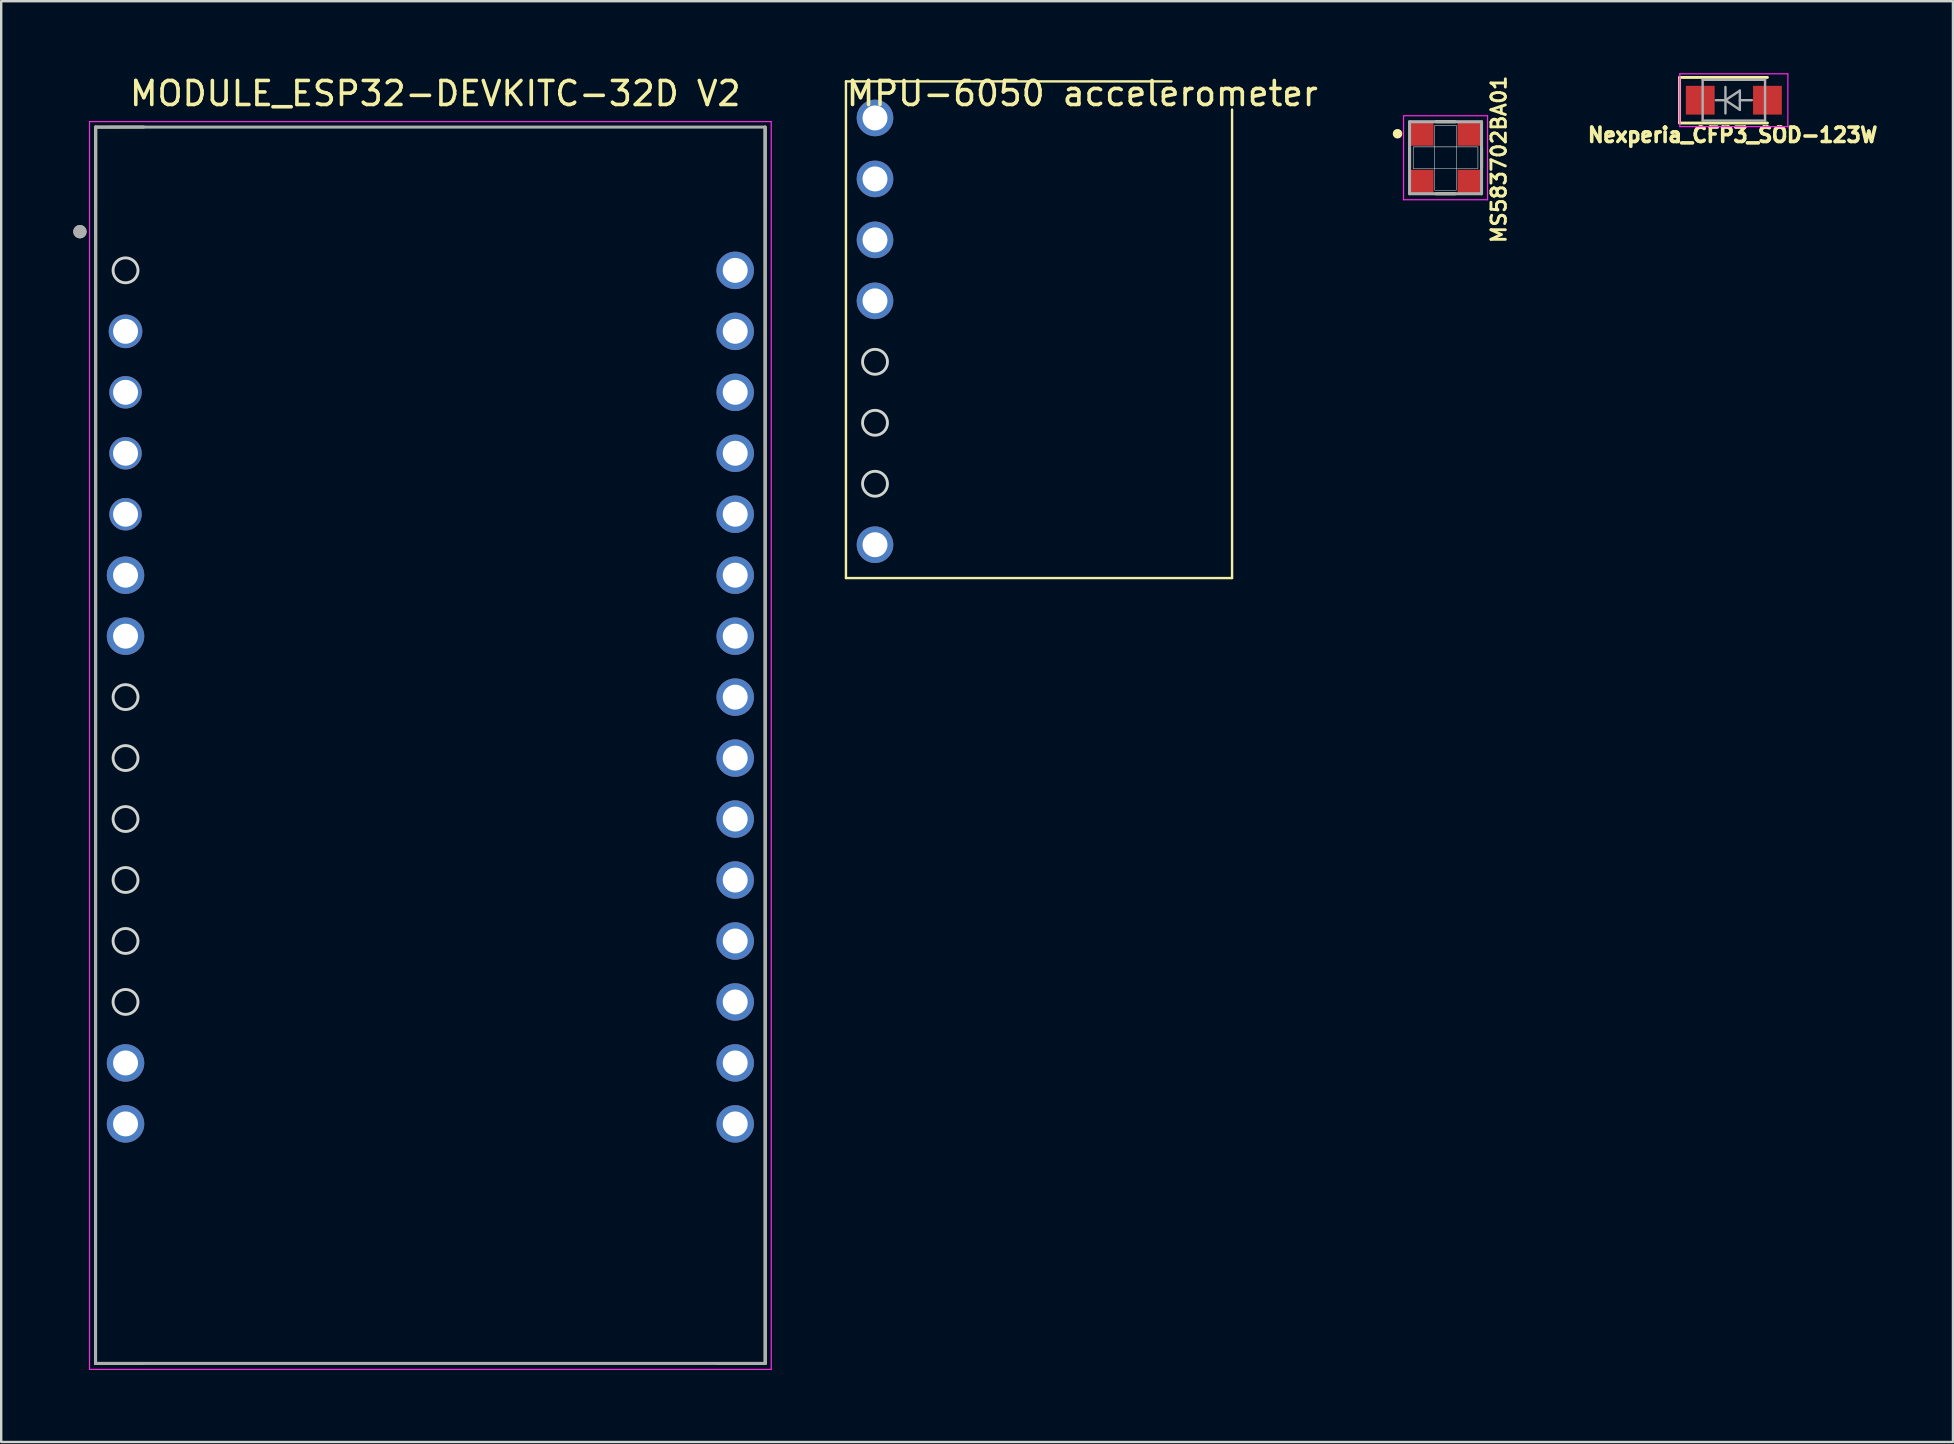
<source format=kicad_pcb>
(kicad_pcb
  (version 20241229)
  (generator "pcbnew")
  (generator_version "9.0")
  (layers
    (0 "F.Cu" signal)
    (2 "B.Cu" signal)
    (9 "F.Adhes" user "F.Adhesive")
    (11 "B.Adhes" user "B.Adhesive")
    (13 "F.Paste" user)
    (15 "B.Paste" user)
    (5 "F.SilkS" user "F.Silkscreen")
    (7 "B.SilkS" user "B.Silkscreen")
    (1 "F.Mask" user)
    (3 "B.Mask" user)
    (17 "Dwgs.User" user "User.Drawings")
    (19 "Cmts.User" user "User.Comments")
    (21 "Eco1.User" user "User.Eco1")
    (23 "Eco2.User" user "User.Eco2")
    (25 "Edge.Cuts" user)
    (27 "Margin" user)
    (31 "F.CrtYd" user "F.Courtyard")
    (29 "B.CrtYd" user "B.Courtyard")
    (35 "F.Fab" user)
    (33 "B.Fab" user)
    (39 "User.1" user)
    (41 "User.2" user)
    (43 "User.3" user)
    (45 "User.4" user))
  (footprint "Nexperia_CFP3_SOD-123W"
    (layer "F.Cu")
    (at 69.185 1.125)
    (property "Reference" "Nexperia_CFP3_SOD-123W" (at -0.05 1.45 0) (layer "F.SilkS") (effects (font (size 0.6 0.6) (thickness 0.15))))
    (attr smd)
    (fp_line (start -2.26 -0.95) (end -2.26 0.95) (stroke (width 0.12) (type solid)) (layer "F.SilkS"))
    (fp_line (start -2.26 -0.95) (end 1.4 -0.95) (stroke (width 0.12) (type solid)) (layer "F.SilkS"))
    (fp_line (start -2.26 0.95) (end 1.4 0.95) (stroke (width 0.12) (type solid)) (layer "F.SilkS"))
    (fp_line (start -2.25 -1.1) (end -2.25 1.1) (stroke (width 0.05) (type solid)) (layer "F.CrtYd"))
    (fp_line (start -2.25 -1.1) (end 2.25 -1.1) (stroke (width 0.05) (type solid)) (layer "F.CrtYd"))
    (fp_line (start 2.25 -1.1) (end 2.25 1.1) (stroke (width 0.05) (type solid)) (layer "F.CrtYd"))
    (fp_line (start 2.25 1.1) (end -2.25 1.1) (stroke (width 0.05) (type solid)) (layer "F.CrtYd"))
    (fp_line (start -1.3 -0.85) (end 1.3 -0.85) (stroke (width 0.1) (type solid)) (layer "F.Fab"))
    (fp_line (start -1.3 0.85) (end -1.3 -0.85) (stroke (width 0.1) (type solid)) (layer "F.Fab"))
    (fp_line (start -0.75 0) (end -0.35 0) (stroke (width 0.1) (type solid)) (layer "F.Fab"))
    (fp_line (start -0.35 -0.55) (end -0.35 0.55) (stroke (width 0.1) (type solid)) (layer "F.Fab"))
    (fp_line (start -0.35 0) (end 0.25 -0.4) (stroke (width 0.1) (type solid)) (layer "F.Fab"))
    (fp_line (start -0.35 0) (end 0.25 0.4) (stroke (width 0.1) (type solid)) (layer "F.Fab"))
    (fp_line (start 0.25 -0.4) (end 0.25 0.4) (stroke (width 0.1) (type solid)) (layer "F.Fab"))
    (fp_line (start 0.75 0) (end 0.25 0) (stroke (width 0.1) (type solid)) (layer "F.Fab"))
    (fp_line (start 1.3 -0.85) (end 1.3 0.85) (stroke (width 0.1) (type solid)) (layer "F.Fab"))
    (fp_line (start 1.3 0.85) (end -1.3 0.85) (stroke (width 0.1) (type solid)) (layer "F.Fab"))
    (pad "1" smd rect (at -1.4 0 180) (size 1.2 1.2) (layers "F.Cu" "F.Mask" "F.Paste"))
    (pad "2" smd rect (at 1.4 0 180) (size 1.2 1.2) (layers "F.Cu" "F.Mask" "F.Paste")))
  (footprint "MODULE_ESP32-DEVKITC-32D V2"
    (layer "F.Cu")
    (at 14.88 26.502)
    (property "Reference" "MODULE_ESP32-DEVKITC-32D V2" (at 0.203 -25.654 0) (layer "F.SilkS") (effects (font (size 1 1) (thickness 0.15))))
    (attr through_hole)
    (fp_line (start -13.95 27.25) (end -13.945 -24.257) (stroke (width 0.127) (type solid)) (layer "F.SilkS"))
    (fp_line (start -13.95 27.25) (end -11.95 27.25) (stroke (width 0.12) (type solid)) (layer "F.SilkS"))
    (fp_line (start -13.945 -24.257) (end -11.94 -24.26) (stroke (width 0.12) (type solid)) (layer "F.SilkS"))
    (fp_line (start 13.945 -24.257) (end 13.95 27.25) (stroke (width 0.127) (type solid)) (layer "F.SilkS"))
    (fp_line (start 13.95 27.25) (end 11.95 27.25) (stroke (width 0.12) (type solid)) (layer "F.SilkS"))
    (fp_circle (center -12.7 -18.29) (end -12.18 -18.29) (stroke (width 0.12) (type solid)) (fill no) (layer "Edge.Cuts"))
    (fp_circle (center -12.7 -0.51) (end -12.18 -0.51) (stroke (width 0.12) (type solid)) (fill no) (layer "Edge.Cuts"))
    (fp_circle (center -12.7 2.03) (end -12.18 2.03) (stroke (width 0.12) (type solid)) (fill no) (layer "Edge.Cuts"))
    (fp_circle (center -12.7 4.57) (end -12.18 4.57) (stroke (width 0.12) (type solid)) (fill no) (layer "Edge.Cuts"))
    (fp_circle (center -12.7 7.11) (end -12.18 7.11) (stroke (width 0.12) (type solid)) (fill no) (layer "Edge.Cuts"))
    (fp_circle (center -12.7 9.65) (end -12.18 9.65) (stroke (width 0.12) (type solid)) (fill no) (layer "Edge.Cuts"))
    (fp_circle (center -12.7 12.19) (end -12.18 12.19) (stroke (width 0.12) (type solid)) (fill no) (layer "Edge.Cuts"))
    (fp_line (start -14.2 -24.486) (end 14.2 -24.486) (stroke (width 0.05) (type solid)) (layer "F.CrtYd"))
    (fp_line (start -14.2 27.5) (end -14.2 -24.486) (stroke (width 0.05) (type solid)) (layer "F.CrtYd"))
    (fp_line (start 14.2 -24.486) (end 14.2 27.5) (stroke (width 0.05) (type solid)) (layer "F.CrtYd"))
    (fp_line (start 14.2 27.5) (end -14.2 27.5) (stroke (width 0.05) (type solid)) (layer "F.CrtYd"))
    (fp_line (start -13.95 27.25) (end -13.945 -24.257) (stroke (width 0.127) (type solid)) (layer "F.Fab"))
    (fp_line (start -13.945 -24.257) (end 13.919 -24.257) (stroke (width 0.127) (type solid)) (layer "F.Fab"))
    (fp_line (start 13.95 -24.257) (end 13.95 27.25) (stroke (width 0.127) (type solid)) (layer "F.Fab"))
    (fp_line (start 13.95 27.25) (end -13.95 27.25) (stroke (width 0.127) (type solid)) (layer "F.Fab"))
    (fp_circle (center -14.6 -19.9) (end -14.46 -19.9) (stroke (width 0.28) (type solid)) (fill no) (layer "F.Fab"))
    (fp_circle (center -14.6 -19.9) (end -14.46 -19.9) (stroke (width 0.28) (type solid)) (fill no) (layer "F.Fab"))
    (pad "3.3V" thru_hole circle (at 12.7 17.272) (size 1.56 1.56) (drill 1.04) (layers "*.Cu" "*.Mask"))
    (pad "5VIN" thru_hole circle (at -12.7 17.272) (size 1.56 1.56) (drill 1.04) (layers "*.Cu" "*.Mask"))
    (pad "D2(W)" thru_hole circle (at 12.7 9.652) (size 1.56 1.56) (drill 1.04) (layers "*.Cu" "*.Mask"))
    (pad "D4(W)" thru_hole circle (at 12.7 7.112) (size 1.56 1.56) (drill 1.04) (layers "*.Cu" "*.Mask"))
    (pad "D5" thru_hole circle (at 12.7 -0.508) (size 1.56 1.56) (drill 1.04) (layers "*.Cu" "*.Mask"))
    (pad "D15(W)" thru_hole circle (at 12.7 12.192) (size 1.56 1.56) (drill 1.04) (layers "*.Cu" "*.Mask"))
    (pad "D18" thru_hole circle (at 12.7 -3.048) (size 1.56 1.56) (drill 1.04) (layers "*.Cu" "*.Mask"))
    (pad "D19" thru_hole circle (at 12.7 -5.588) (size 1.56 1.56) (drill 1.04) (layers "*.Cu" "*.Mask"))
    (pad "D21 SDA" thru_hole circle (at 12.7 -8.128) (size 1.56 1.56) (drill 1.04) (layers "*.Cu" "*.Mask"))
    (pad "D22 SCL" thru_hole circle (at 12.7 -15.748) (size 1.56 1.56) (drill 1.04) (layers "*.Cu" "*.Mask"))
    (pad "D23" thru_hole circle (at 12.7 -18.288) (size 1.56 1.56) (drill 1.04) (layers "*.Cu" "*.Mask"))
    (pad "D32" thru_hole circle (at -12.7 -5.588) (size 1.56 1.56) (drill 1.04) (layers "*.Cu" "*.Mask"))
    (pad "D33" thru_hole circle (at -12.7 -3.048) (size 1.56 1.56) (drill 1.04) (layers "*.Cu" "*.Mask"))
    (pad "D34(I)" thru_hole circle (at -12.7 -10.668) (size 1.35 1.35) (drill 1.04) (layers "*.Cu" "*.Mask"))
    (pad "D35(I)" thru_hole circle (at -12.7 -8.128) (size 1.35 1.35) (drill 1.04) (layers "*.Cu" "*.Mask"))
    (pad "GND" thru_hole circle (at -12.7 14.732) (size 1.56 1.56) (drill 1.04) (layers "*.Cu" "*.Mask"))
    (pad "GND" thru_hole circle (at 12.7 14.732) (size 1.56 1.56) (drill 1.04) (layers "*.Cu" "*.Mask"))
    (pad "RX0" thru_hole circle (at 12.7 -10.668) (size 1.56 1.56) (drill 1.04) (layers "*.Cu" "*.Mask"))
    (pad "RX2" thru_hole circle (at 12.7 4.572) (size 1.56 1.56) (drill 1.04) (layers "*.Cu" "*.Mask"))
    (pad "TX0" thru_hole circle (at 12.7 -13.208) (size 1.56 1.56) (drill 1.04) (layers "*.Cu" "*.Mask"))
    (pad "TX2" thru_hole circle (at 12.7 2.032) (size 1.56 1.56) (drill 1.04) (layers "*.Cu" "*.Mask"))
    (pad "VN(I)" thru_hole circle (at -12.7 -13.208) (size 1.35 1.35) (drill 1.04) (layers "*.Cu" "*.Mask"))
    (pad "VP(I)" thru_hole circle (at -12.7 -15.748) (size 1.4 1.4) (drill 1.04) (layers "*.Cu" "*.Mask")))
  (footprint "MS583702BA01"
    (layer "F.Cu")
    (at 57.174 3.522)
    (property "Reference" "MS583702BA01" (at 2.22 0.07 270) (layer "F.SilkS") (effects (font (size 0.6 0.6) (thickness 0.12))))
    (attr through_hole)
    (fp_line (start -1.5 -0.4) (end -1.5 0.4) (stroke (width 0.127) (type solid)) (layer "F.SilkS"))
    (fp_line (start -0.4 -1.5) (end 0.4 -1.5) (stroke (width 0.127) (type solid)) (layer "F.SilkS"))
    (fp_line (start -0.4 1.5) (end 0.4 1.5) (stroke (width 0.127) (type solid)) (layer "F.SilkS"))
    (fp_line (start 1.5 -0.4) (end 1.5 0.4) (stroke (width 0.127) (type solid)) (layer "F.SilkS"))
    (fp_circle (center -2 -1) (end -1.9 -1) (stroke (width 0.2) (type solid)) (fill no) (layer "F.SilkS"))
    (fp_poly (pts (xy -1.352 -0.45) (xy 1.35 -0.45) (xy 1.35 0.451) (xy -1.352 0.451)) (stroke (width 0.01) (type solid)) (fill no) (layer "Dwgs.User"))
    (fp_poly (pts (xy -1.352 -0.45) (xy 1.35 -0.45) (xy 1.35 0.451) (xy -1.352 0.451)) (stroke (width 0.01) (type solid)) (fill no) (layer "Dwgs.User"))
    (fp_poly (pts (xy -1.351 -0.45) (xy 1.35 -0.45) (xy 1.35 0.45) (xy -1.351 0.45)) (stroke (width 0.01) (type solid)) (fill no) (layer "Dwgs.User"))
    (fp_poly (pts (xy -0.451 -1.35) (xy 0.45 -1.35) (xy 0.45 1.352) (xy -0.451 1.352)) (stroke (width 0.01) (type solid)) (fill no) (layer "Dwgs.User"))
    (fp_poly (pts (xy -0.45 -1.35) (xy 0.45 -1.35) (xy 0.45 1.351) (xy -0.45 1.351)) (stroke (width 0.01) (type solid)) (fill no) (layer "Dwgs.User"))
    (fp_poly (pts (xy -0.45 -1.35) (xy 0.45 -1.35) (xy 0.45 1.351) (xy -0.45 1.351)) (stroke (width 0.01) (type solid)) (fill no) (layer "Dwgs.User"))
    (fp_line (start -1.75 -1.75) (end 1.75 -1.75) (stroke (width 0.05) (type solid)) (layer "F.CrtYd"))
    (fp_line (start -1.75 1.75) (end -1.75 -1.75) (stroke (width 0.05) (type solid)) (layer "F.CrtYd"))
    (fp_line (start 1.75 -1.75) (end 1.75 1.75) (stroke (width 0.05) (type solid)) (layer "F.CrtYd"))
    (fp_line (start 1.75 1.75) (end -1.75 1.75) (stroke (width 0.05) (type solid)) (layer "F.CrtYd"))
    (fp_line (start -1.5 -1.5) (end 1.5 -1.5) (stroke (width 0.127) (type solid)) (layer "F.Fab"))
    (fp_line (start -1.5 1.5) (end -1.5 -1.5) (stroke (width 0.127) (type solid)) (layer "F.Fab"))
    (fp_line (start 1.5 -1.5) (end 1.5 1.5) (stroke (width 0.127) (type solid)) (layer "F.Fab"))
    (fp_line (start 1.5 1.5) (end -1.5 1.5) (stroke (width 0.127) (type solid)) (layer "F.Fab"))
    (pad "G" smd rect (at -1 -1) (size 1 1) (layers "F.Cu" "F.Mask" "F.Paste"))
    (pad "SCL" smd rect (at 1 1) (size 1 1) (layers "F.Cu" "F.Mask" "F.Paste"))
    (pad "SDA" smd rect (at 1 -1) (size 1 1) (layers "F.Cu" "F.Mask" "F.Paste"))
    (pad "V" smd rect (at -1 1) (size 1 1) (layers "F.Cu" "F.Mask" "F.Paste")))
  (footprint "MPU-6050 accelerometer"
    (layer "F.Cu")
    (at 33.404 1.864)
    (property "Reference" "MPU-6050 accelerometer" (at 8.636 -1.016 0) (unlocked yes) (layer "F.SilkS") (effects (font (size 1 1) (thickness 0.15))))
    (attr through_hole)
    (fp_line (start -1.21 -1.524) (end 12.35 -1.524) (stroke (width 0.1) (type solid)) (layer "F.SilkS"))
    (fp_line (start -1.21 19.168) (end -1.21 -1.524) (stroke (width 0.1) (type solid)) (layer "F.SilkS"))
    (fp_line (start 14.876 -0.35) (end 14.876 19.168) (stroke (width 0.1) (type solid)) (layer "F.SilkS"))
    (fp_line (start 14.876 19.168) (end -1.21 19.168) (stroke (width 0.1) (type solid)) (layer "F.SilkS"))
    (fp_circle (center 0 10.16) (end 0.52 10.16) (stroke (width 0.12) (type solid)) (fill no) (layer "Edge.Cuts"))
    (fp_circle (center 0 12.7) (end 0.52 12.7) (stroke (width 0.12) (type solid)) (fill no) (layer "Edge.Cuts"))
    (fp_circle (center 0 15.24) (end 0.52 15.24) (stroke (width 0.12) (type solid)) (fill no) (layer "Edge.Cuts"))
    (pad "1" thru_hole circle (at 0 0) (size 1.524 1.524) (drill 1.04) (layers "*.Cu" "*.Mask"))
    (pad "2" thru_hole circle (at 0 2.54) (size 1.524 1.524) (drill 1.04) (layers "*.Cu" "*.Mask"))
    (pad "3" thru_hole circle (at 0 5.08) (size 1.524 1.524) (drill 1.04) (layers "*.Cu" "*.Mask"))
    (pad "4" thru_hole circle (at 0 7.62) (size 1.524 1.524) (drill 1.04) (layers "*.Cu" "*.Mask"))
    (pad "8" thru_hole circle (at 0 17.78) (size 1.524 1.524) (drill 1.04) (layers "*.Cu" "*.Mask")))
  (gr_rect
    (start -3 -3)
    (end 78.314 57.027)
    (stroke (width 0.1) (type default))
    (fill no)
    (layer "Edge.Cuts")))
</source>
